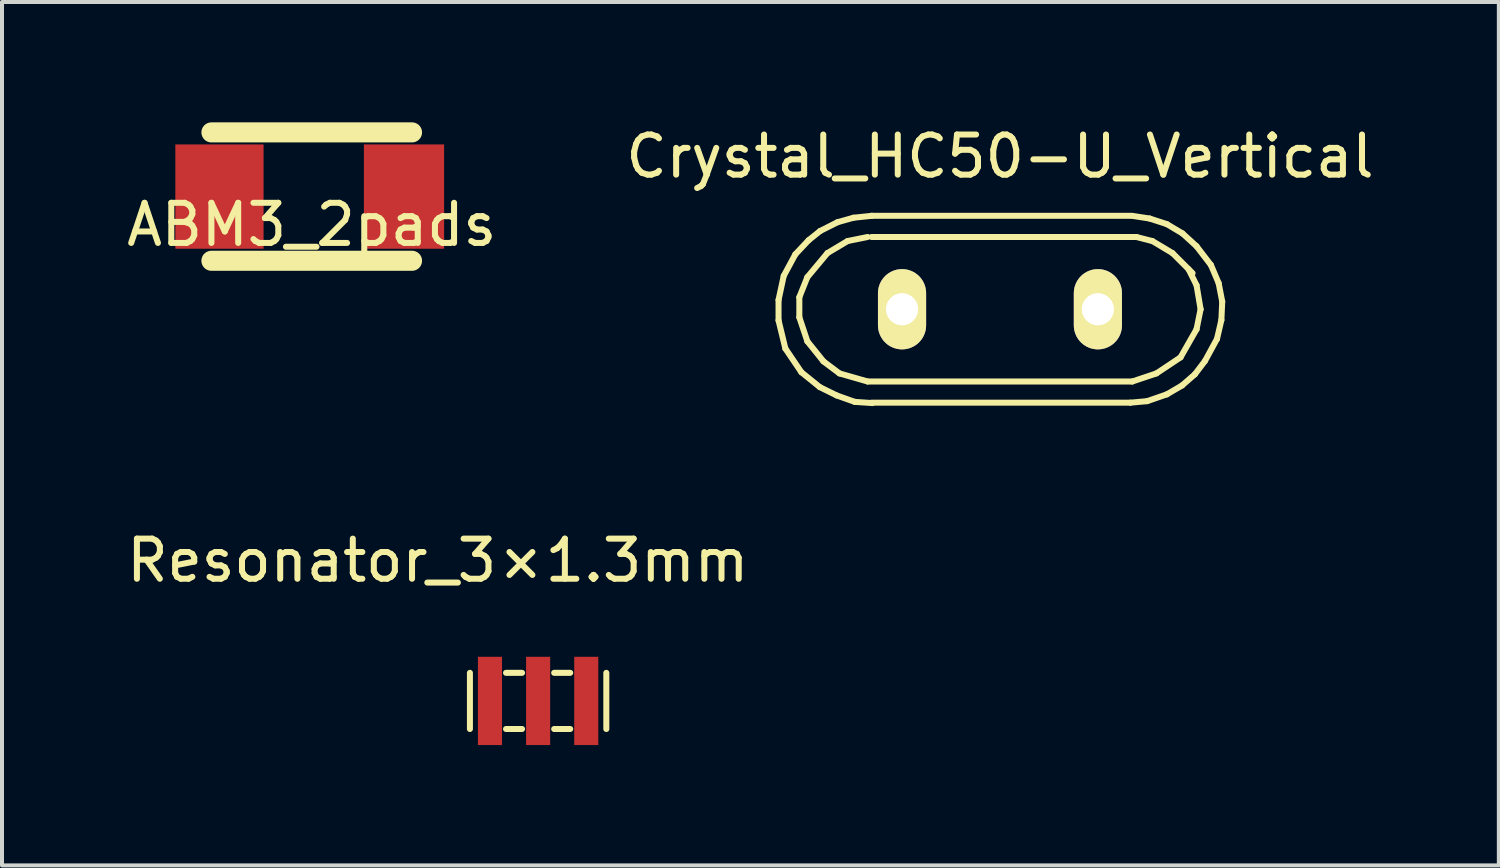
<source format=kicad_pcb>
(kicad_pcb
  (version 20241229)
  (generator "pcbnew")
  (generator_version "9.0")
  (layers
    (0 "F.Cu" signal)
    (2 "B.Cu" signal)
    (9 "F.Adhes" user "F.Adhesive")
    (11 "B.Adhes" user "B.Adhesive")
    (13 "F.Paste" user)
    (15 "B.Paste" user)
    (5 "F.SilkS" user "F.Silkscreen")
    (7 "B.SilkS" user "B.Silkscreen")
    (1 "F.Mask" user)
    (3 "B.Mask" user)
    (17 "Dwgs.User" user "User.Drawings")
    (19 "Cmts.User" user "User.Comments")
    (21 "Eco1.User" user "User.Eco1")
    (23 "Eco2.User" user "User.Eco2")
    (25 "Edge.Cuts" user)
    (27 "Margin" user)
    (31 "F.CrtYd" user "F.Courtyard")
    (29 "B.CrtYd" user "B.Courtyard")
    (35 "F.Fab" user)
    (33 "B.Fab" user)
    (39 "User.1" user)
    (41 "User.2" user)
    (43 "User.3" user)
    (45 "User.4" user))
  (footprint "Crystal_HC50-U_Vertical"
    (layer "F.Cu")
    (at 21.875 4.658)
    (property "Reference" "Crystal_HC50-U_Vertical" (at 0 -3.81 0) (layer "F.SilkS") (effects (font (size 1 1) (thickness 0.15))))
    (attr through_hole)
    (fp_line (start -5.519 -0.231) (end -5.519 0.279) (stroke (width 0.15) (type solid)) (layer "F.SilkS"))
    (fp_line (start -5.519 0.279) (end -5.349 0.98) (stroke (width 0.15) (type solid)) (layer "F.SilkS"))
    (fp_line (start -5.39 -0.831) (end -5.519 -0.231) (stroke (width 0.15) (type solid)) (layer "F.SilkS"))
    (fp_line (start -5.349 0.98) (end -4.95 1.57) (stroke (width 0.15) (type solid)) (layer "F.SilkS"))
    (fp_line (start -5.1 -1.369) (end -5.39 -0.831) (stroke (width 0.15) (type solid)) (layer "F.SilkS"))
    (fp_line (start -5.001 -0.3) (end -4.801 -0.8) (stroke (width 0.15) (type solid)) (layer "F.SilkS"))
    (fp_line (start -5.001 0.201) (end -5.001 -0.3) (stroke (width 0.15) (type solid)) (layer "F.SilkS"))
    (fp_line (start -4.95 1.57) (end -4.491 1.941) (stroke (width 0.15) (type solid)) (layer "F.SilkS"))
    (fp_line (start -4.801 -0.8) (end -4.3 -1.4) (stroke (width 0.15) (type solid)) (layer "F.SilkS"))
    (fp_line (start -4.801 0.8) (end -5.001 0.201) (stroke (width 0.15) (type solid)) (layer "F.SilkS"))
    (fp_line (start -4.77 -1.72) (end -5.1 -1.369) (stroke (width 0.15) (type solid)) (layer "F.SilkS"))
    (fp_line (start -4.491 1.941) (end -4.069 2.149) (stroke (width 0.15) (type solid)) (layer "F.SilkS"))
    (fp_line (start -4.481 -1.951) (end -4.77 -1.72) (stroke (width 0.15) (type solid)) (layer "F.SilkS"))
    (fp_line (start -4.399 1.3) (end -4.801 0.8) (stroke (width 0.15) (type solid)) (layer "F.SilkS"))
    (fp_line (start -4.3 -1.4) (end -3.8 -1.699) (stroke (width 0.15) (type solid)) (layer "F.SilkS"))
    (fp_line (start -4.069 2.149) (end -3.619 2.309) (stroke (width 0.15) (type solid)) (layer "F.SilkS"))
    (fp_line (start -4.049 -2.169) (end -4.481 -1.951) (stroke (width 0.15) (type solid)) (layer "F.SilkS"))
    (fp_line (start -4 1.6) (end -4.399 1.3) (stroke (width 0.15) (type solid)) (layer "F.SilkS"))
    (fp_line (start -3.8 -1.699) (end -3.299 -1.801) (stroke (width 0.15) (type solid)) (layer "F.SilkS"))
    (fp_line (start -3.65 -2.281) (end -4.049 -2.169) (stroke (width 0.15) (type solid)) (layer "F.SilkS"))
    (fp_line (start -3.619 2.309) (end -3.18 2.339) (stroke (width 0.15) (type solid)) (layer "F.SilkS"))
    (fp_line (start -3.299 1.801) (end -4 1.6) (stroke (width 0.15) (type solid)) (layer "F.SilkS"))
    (fp_line (start -3.2 -2.329) (end 3.251 -2.329) (stroke (width 0.15) (type solid)) (layer "F.SilkS"))
    (fp_line (start -3.2 -1.801) (end 3.401 -1.801) (stroke (width 0.15) (type solid)) (layer "F.SilkS"))
    (fp_line (start -3.2 2.329) (end 3.251 2.329) (stroke (width 0.15) (type solid)) (layer "F.SilkS"))
    (fp_line (start -3.19 -2.329) (end -3.65 -2.281) (stroke (width 0.15) (type solid)) (layer "F.SilkS"))
    (fp_line (start 3.251 2.329) (end 3.67 2.291) (stroke (width 0.15) (type solid)) (layer "F.SilkS"))
    (fp_line (start 3.299 1.801) (end -3.299 1.801) (stroke (width 0.15) (type solid)) (layer "F.SilkS"))
    (fp_line (start 3.401 -1.801) (end 3.8 -1.699) (stroke (width 0.15) (type solid)) (layer "F.SilkS"))
    (fp_line (start 3.67 2.291) (end 4.161 2.121) (stroke (width 0.15) (type solid)) (layer "F.SilkS"))
    (fp_line (start 3.731 -2.261) (end 3.289 -2.329) (stroke (width 0.15) (type solid)) (layer "F.SilkS"))
    (fp_line (start 3.8 -1.699) (end 4.3 -1.4) (stroke (width 0.15) (type solid)) (layer "F.SilkS"))
    (fp_line (start 3.899 1.6) (end 3.299 1.801) (stroke (width 0.15) (type solid)) (layer "F.SilkS"))
    (fp_line (start 4.161 -2.121) (end 3.731 -2.261) (stroke (width 0.15) (type solid)) (layer "F.SilkS"))
    (fp_line (start 4.161 2.121) (end 4.539 1.9) (stroke (width 0.15) (type solid)) (layer "F.SilkS"))
    (fp_line (start 4.3 -1.4) (end 4.801 -0.899) (stroke (width 0.15) (type solid)) (layer "F.SilkS"))
    (fp_line (start 4.501 1.199) (end 3.899 1.6) (stroke (width 0.15) (type solid)) (layer "F.SilkS"))
    (fp_line (start 4.539 1.9) (end 4.859 1.621) (stroke (width 0.15) (type solid)) (layer "F.SilkS"))
    (fp_line (start 4.549 -1.89) (end 4.161 -2.121) (stroke (width 0.15) (type solid)) (layer "F.SilkS"))
    (fp_line (start 4.699 -1.001) (end 4.9 -0.599) (stroke (width 0.15) (type solid)) (layer "F.SilkS"))
    (fp_line (start 4.859 1.621) (end 5.11 1.29) (stroke (width 0.15) (type solid)) (layer "F.SilkS"))
    (fp_line (start 4.9 -1.57) (end 4.549 -1.89) (stroke (width 0.15) (type solid)) (layer "F.SilkS"))
    (fp_line (start 4.9 -0.599) (end 5.001 0) (stroke (width 0.15) (type solid)) (layer "F.SilkS"))
    (fp_line (start 4.9 0.5) (end 4.501 1.199) (stroke (width 0.15) (type solid)) (layer "F.SilkS"))
    (fp_line (start 5.001 0) (end 4.9 0.5) (stroke (width 0.15) (type solid)) (layer "F.SilkS"))
    (fp_line (start 5.11 1.29) (end 5.41 0.739) (stroke (width 0.15) (type solid)) (layer "F.SilkS"))
    (fp_line (start 5.26 -1.1) (end 4.9 -1.57) (stroke (width 0.15) (type solid)) (layer "F.SilkS"))
    (fp_line (start 5.41 0.739) (end 5.519 0.269) (stroke (width 0.15) (type solid)) (layer "F.SilkS"))
    (fp_line (start 5.451 -0.65) (end 5.26 -1.1) (stroke (width 0.15) (type solid)) (layer "F.SilkS"))
    (fp_line (start 5.519 0.269) (end 5.54 -0.191) (stroke (width 0.15) (type solid)) (layer "F.SilkS"))
    (fp_line (start 5.54 -0.191) (end 5.451 -0.65) (stroke (width 0.15) (type solid)) (layer "F.SilkS"))
    (pad "1" thru_hole oval (at -2.441 0) (size 1.2 2) (drill 0.8) (layers "*.Cu" "*.Mask" "F.SilkS"))
    (pad "2" thru_hole oval (at 2.441 0) (size 1.2 2) (drill 0.8) (layers "*.Cu" "*.Mask" "F.SilkS")))
  (footprint "Resonator_3×1.3mm"
    (layer "F.Cu")
    (at 10.363 14.421)
    (property "Reference" "Resonator_3×1.3mm" (at -2.5 -3.5 0) (layer "F.SilkS") (effects (font (size 1 1) (thickness 0.15))))
    (attr smd)
    (fp_line (start -1.7 -0.7) (end -1.7 0.7) (stroke (width 0.15) (type solid)) (layer "F.SilkS"))
    (fp_line (start -0.8 -0.7) (end -0.4 -0.7) (stroke (width 0.15) (type solid)) (layer "F.SilkS"))
    (fp_line (start -0.4 0.7) (end -0.8 0.7) (stroke (width 0.15) (type solid)) (layer "F.SilkS"))
    (fp_line (start 0.4 -0.7) (end 0.8 -0.7) (stroke (width 0.15) (type solid)) (layer "F.SilkS"))
    (fp_line (start 0.8 0.7) (end 0.4 0.7) (stroke (width 0.15) (type solid)) (layer "F.SilkS"))
    (fp_line (start 1.7 -0.7) (end 1.7 0.7) (stroke (width 0.15) (type solid)) (layer "F.SilkS"))
    (pad "1" smd rect (at -1.2 0) (size 0.6 2.2) (layers "F.Cu" "F.Mask" "F.Paste"))
    (pad "2" smd rect (at 0 0) (size 0.6 2.2) (layers "F.Cu" "F.Mask" "F.Paste"))
    (pad "3" smd rect (at 1.2 0) (size 0.6 2.2) (layers "F.Cu" "F.Mask" "F.Paste")))
  (footprint "ABM3_2pads"
    (layer "F.Cu")
    (at 4.72 1.85)
    (property "Reference" "ABM3_2pads" (at 0 0.7 0) (layer "F.SilkS") (effects (font (size 1 1) (thickness 0.15))))
    (attr through_hole)
    (fp_line (start -2.5 1.6) (end 2.5 1.6) (stroke (width 0.5) (type solid)) (layer "F.SilkS"))
    (fp_line (start 2.5 -1.6) (end -2.5 -1.6) (stroke (width 0.5) (type solid)) (layer "F.SilkS"))
    (pad "1" smd rect (at -2.3 0) (size 2.2 2.6) (layers "F.Cu" "F.Mask" "F.Paste"))
    (pad "2" smd rect (at 2.3 0) (size 2 2.6) (layers "F.Cu" "F.Mask" "F.Paste")))
  (gr_rect
    (start -3 -3)
    (end 34.31 18.521)
    (stroke (width 0.1) (type default))
    (fill no)
    (layer "Edge.Cuts")))
</source>
